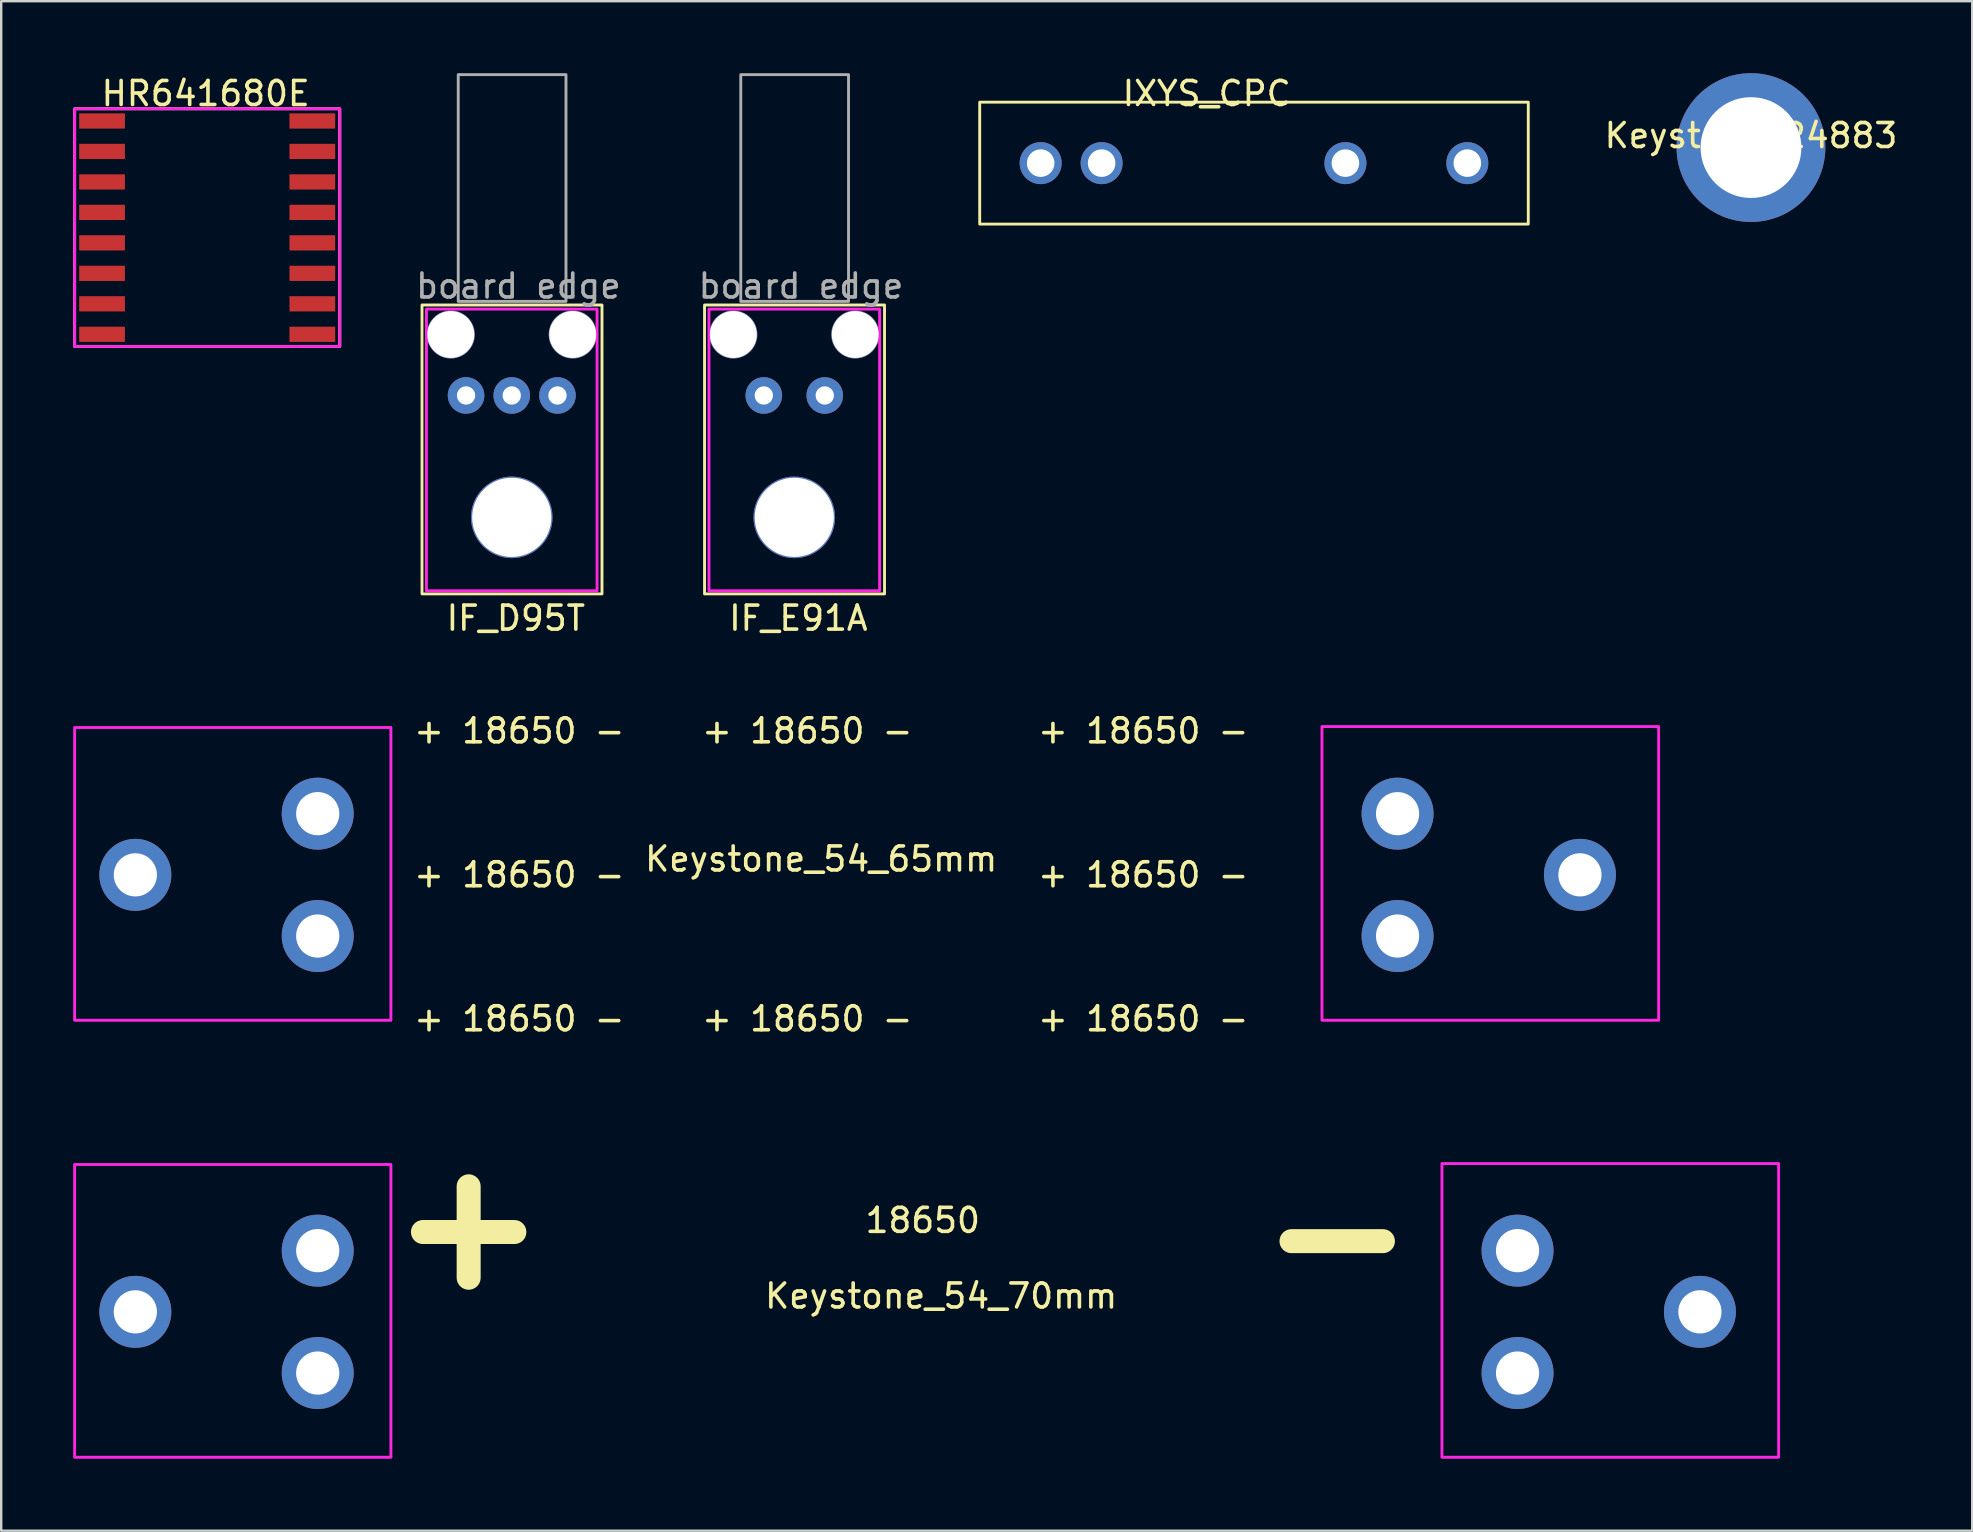
<source format=kicad_pcb>
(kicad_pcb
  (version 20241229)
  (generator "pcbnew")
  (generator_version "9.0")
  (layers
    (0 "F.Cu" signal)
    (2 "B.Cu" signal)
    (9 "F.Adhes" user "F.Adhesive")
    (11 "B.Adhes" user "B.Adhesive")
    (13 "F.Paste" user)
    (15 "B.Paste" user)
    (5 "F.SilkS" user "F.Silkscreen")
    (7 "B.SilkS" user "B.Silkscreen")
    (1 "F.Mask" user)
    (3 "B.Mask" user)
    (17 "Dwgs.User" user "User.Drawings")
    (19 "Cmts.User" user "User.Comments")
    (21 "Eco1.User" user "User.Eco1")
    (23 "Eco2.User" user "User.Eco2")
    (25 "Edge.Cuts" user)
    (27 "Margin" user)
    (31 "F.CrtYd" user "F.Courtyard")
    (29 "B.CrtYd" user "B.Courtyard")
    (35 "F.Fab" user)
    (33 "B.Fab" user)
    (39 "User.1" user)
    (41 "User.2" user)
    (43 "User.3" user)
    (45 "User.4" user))
  (footprint "HR641680E"
    (layer "F.Cu")
    (at 5.521 6.436)
    (property "Reference" "HR641680E" (at 0 -5.588 0) (unlocked yes) (layer "F.SilkS") (effects (font (size 1 1) (thickness 0.15))))
    (attr smd)
    (fp_rect (start -5.461 -4.953) (end 5.588 4.953) (stroke (width 0.12) (type default)) (fill no) (layer "F.SilkS"))
    (fp_rect (start -5.461 -4.953) (end 5.588 4.953) (stroke (width 0.12) (type default)) (fill no) (layer "F.CrtYd"))
    (pad "1" smd rect (at -4.318 -4.445 270) (size 0.635 1.905) (layers "F.Cu" "F.Mask" "F.Paste"))
    (pad "2" smd rect (at -4.318 -3.175 270) (size 0.635 1.905) (layers "F.Cu" "F.Mask" "F.Paste"))
    (pad "3" smd rect (at -4.318 -1.905 270) (size 0.635 1.905) (layers "F.Cu" "F.Mask" "F.Paste"))
    (pad "4" smd rect (at -4.318 -0.635 270) (size 0.635 1.905) (layers "F.Cu" "F.Mask" "F.Paste"))
    (pad "5" smd rect (at -4.318 0.635 270) (size 0.635 1.905) (layers "F.Cu" "F.Mask" "F.Paste"))
    (pad "6" smd rect (at -4.318 1.905 270) (size 0.635 1.905) (layers "F.Cu" "F.Mask" "F.Paste"))
    (pad "7" smd rect (at -4.318 3.175 270) (size 0.635 1.905) (layers "F.Cu" "F.Mask" "F.Paste"))
    (pad "8" smd rect (at -4.318 4.445 270) (size 0.635 1.905) (layers "F.Cu" "F.Mask" "F.Paste"))
    (pad "9" smd rect (at 4.445 4.445 270) (size 0.635 1.905) (layers "F.Cu" "F.Mask" "F.Paste"))
    (pad "10" smd rect (at 4.445 3.175 270) (size 0.635 1.905) (layers "F.Cu" "F.Mask" "F.Paste"))
    (pad "11" smd rect (at 4.445 1.905 270) (size 0.635 1.905) (layers "F.Cu" "F.Mask" "F.Paste"))
    (pad "12" smd rect (at 4.445 0.635 270) (size 0.635 1.905) (layers "F.Cu" "F.Mask" "F.Paste"))
    (pad "13" smd rect (at 4.445 -0.635 270) (size 0.635 1.905) (layers "F.Cu" "F.Mask" "F.Paste"))
    (pad "14" smd rect (at 4.445 -1.905 270) (size 0.635 1.905) (layers "F.Cu" "F.Mask" "F.Paste"))
    (pad "15" smd rect (at 4.445 -3.175 270) (size 0.635 1.905) (layers "F.Cu" "F.Mask" "F.Paste"))
    (pad "16" smd rect (at 4.445 -4.445 270) (size 0.635 1.905) (layers "F.Cu" "F.Mask" "F.Paste")))
  (footprint "IF_D95T"
    (layer "F.Cu")
    (at 18.276 13.43)
    (property "Reference" "IF_D95T" (at 0.17 9.28 0) (unlocked yes) (layer "F.SilkS") (effects (font (size 1 1) (thickness 0.15))))
    (attr through_hole)
    (fp_rect (start -3.74 -3.77) (end 3.76 8.27) (stroke (width 0.12) (type solid)) (fill no) (layer "F.SilkS"))
    (fp_rect (start -3.555 -3.6) (end 3.555 8.14) (stroke (width 0.12) (type solid)) (fill no) (layer "F.CrtYd"))
    (fp_rect (start -2.23 -3.92) (end 2.26 -13.37) (stroke (width 0.12) (type solid)) (fill no) (layer "F.Fab"))
    (fp_text user "board edge" (at 0.28 -4.56 0) (unlocked yes) (layer "F.Fab") (effects (font (size 1 1) (thickness 0.15))))
    (pad "" np_thru_hole circle (at -2.54 -2.54) (size 2 2) (drill 1.956) (layers "*.Cu" "*.Mask"))
    (pad "" np_thru_hole circle (at 0 5.08) (size 3.4 3.4) (drill 3.3) (layers "*.Cu" "*.Mask"))
    (pad "" np_thru_hole circle (at 2.54 -2.54) (size 2 2) (drill 1.956) (layers "*.Cu" "*.Mask"))
    (pad "1" thru_hole circle (at 1.905 0 180) (size 1.524 1.524) (drill 0.762) (layers "*.Cu" "*.Mask"))
    (pad "2" thru_hole circle (at 0 0 180) (size 1.524 1.524) (drill 0.762) (layers "*.Cu" "*.Mask"))
    (pad "3" thru_hole circle (at -1.905 0 180) (size 1.524 1.524) (drill 0.762) (layers "*.Cu" "*.Mask")))
  (footprint "IXYS_CPC"
    (layer "F.Cu")
    (at 47.937 3.748)
    (property "Reference" "IXYS_CPC" (at -0.7 -2.9 0) (unlocked yes) (layer "F.SilkS") (effects (font (size 1 1) (thickness 0.15))))
    (attr through_hole)
    (fp_rect (start -10.16 -2.54) (end 12.7 2.54) (stroke (width 0.12) (type solid)) (fill no) (layer "F.SilkS"))
    (pad "1" thru_hole circle (at -7.62 0) (size 1.75 1.75) (drill 1.15) (layers "*.Cu" "*.Mask"))
    (pad "2" thru_hole circle (at -5.08 0) (size 1.75 1.75) (drill 1.15) (layers "*.Cu" "*.Mask"))
    (pad "3" thru_hole circle (at 5.08 0) (size 1.75 1.75) (drill 1.15) (layers "*.Cu" "*.Mask"))
    (pad "4" thru_hole circle (at 10.16 0) (size 1.75 1.75) (drill 1.15) (layers "*.Cu" "*.Mask")))
  (footprint "IF_E91A"
    (layer "F.Cu")
    (at 30.05 13.43)
    (property "Reference" "IF_E91A" (at 0.17 9.28 0) (unlocked yes) (layer "F.SilkS") (effects (font (size 1 1) (thickness 0.15))))
    (attr through_hole)
    (fp_rect (start -3.74 -3.77) (end 3.76 8.27) (stroke (width 0.12) (type solid)) (fill no) (layer "F.SilkS"))
    (fp_rect (start -3.555 -3.6) (end 3.555 8.14) (stroke (width 0.12) (type solid)) (fill no) (layer "F.CrtYd"))
    (fp_rect (start -2.23 -3.92) (end 2.26 -13.37) (stroke (width 0.12) (type solid)) (fill no) (layer "F.Fab"))
    (fp_text user "board edge" (at 0.28 -4.56 0) (unlocked yes) (layer "F.Fab") (effects (font (size 1 1) (thickness 0.15))))
    (pad "" np_thru_hole circle (at -2.54 -2.54) (size 2 2) (drill 1.956) (layers "*.Cu" "*.Mask"))
    (pad "" np_thru_hole circle (at 0 5.08) (size 3.4 3.4) (drill 3.3) (layers "*.Cu" "*.Mask"))
    (pad "" np_thru_hole circle (at 2.54 -2.54) (size 2 2) (drill 1.956) (layers "*.Cu" "*.Mask"))
    (pad "1" thru_hole circle (at 1.27 0 180) (size 1.524 1.524) (drill 0.762) (layers "*.Cu" "*.Mask"))
    (pad "2" thru_hole circle (at -1.27 0 180) (size 1.524 1.524) (drill 0.762) (layers "*.Cu" "*.Mask")))
  (footprint "Keystone_54_70mm"
    (layer "F.Cu")
    (at 7.59 51.618)
    (property "Reference" "Keystone_54_70mm" (at 28.58 -0.66 0) (unlocked yes) (layer "F.SilkS") (effects (font (size 1 1) (thickness 0.15))))
    (attr through_hole)
    (fp_rect (start -7.53 -6.14) (end 5.65 6.06) (stroke (width 0.12) (type solid)) (fill no) (layer "F.CrtYd"))
    (fp_rect (start 63.48 -6.18) (end 49.45 6.06) (stroke (width 0.12) (type solid)) (fill no) (layer "F.CrtYd"))
    (fp_text user "18650" (at 27.813 -3.81 0) (unlocked yes) (layer "F.SilkS") (effects (font (size 1 1) (thickness 0.15))))
    (fp_text user "+" (at 8.89 -3.683 0) (unlocked yes) (layer "F.SilkS") (effects (font (size 5 5) (thickness 1))))
    (fp_text user "-" (at 45.085 -3.302 0) (unlocked yes) (layer "F.SilkS") (effects (font (size 5 5) (thickness 1))))
    (pad "1" thru_hole circle (at -5 0) (size 3 3) (drill 1.8) (layers "*.Cu" "*.Mask"))
    (pad "1" thru_hole circle (at 2.6 -2.55) (size 3 3) (drill 1.8) (layers "*.Cu" "*.Mask"))
    (pad "1" thru_hole circle (at 2.6 2.55) (size 3 3) (drill 1.8) (layers "*.Cu" "*.Mask"))
    (pad "2" thru_hole circle (at 52.6 -2.55) (size 3 3) (drill 1.8) (layers "*.Cu" "*.Mask"))
    (pad "2" thru_hole circle (at 52.6 2.55) (size 3 3) (drill 1.8) (layers "*.Cu" "*.Mask"))
    (pad "2" thru_hole circle (at 60.2 0) (size 3 3) (drill 1.8) (layers "*.Cu" "*.Mask")))
  (footprint "Keystone 24883"
    (layer "F.Cu")
    (at 69.917 3.1)
    (property "Reference" "Keystone 24883" (at 0 -0.5 0) (unlocked yes) (layer "F.SilkS") (effects (font (size 1 1) (thickness 0.15))))
    (attr through_hole)
    (pad "1" thru_hole circle (at 0 0) (size 6.2 6.2) (drill 4.2) (layers "*.Cu" "*.Mask")))
  (footprint "Keystone_54_65mm"
    (layer "F.Cu")
    (at 2.59 33.407)
    (property "Reference" "Keystone_54_65mm" (at 28.58 -0.66 0) (unlocked yes) (layer "F.SilkS") (effects (font (size 1 1) (thickness 0.15))))
    (attr through_hole)
    (fp_rect (start -2.53 -6.14) (end 10.65 6.06) (stroke (width 0.12) (type solid)) (fill no) (layer "F.CrtYd"))
    (fp_rect (start 63.48 -6.18) (end 49.45 6.06) (stroke (width 0.12) (type solid)) (fill no) (layer "F.CrtYd"))
    (fp_text user "+ 18650 -" (at 42 0 0) (unlocked yes) (layer "F.SilkS") (effects (font (size 1 1) (thickness 0.15))))
    (fp_text user "+ 18650 -" (at 42 6 0) (unlocked yes) (layer "F.SilkS") (effects (font (size 1 1) (thickness 0.15))))
    (fp_text user "+ 18650 -" (at 28 6 0) (unlocked yes) (layer "F.SilkS") (effects (font (size 1 1) (thickness 0.15))))
    (fp_text user "+ 18650 -" (at 16 -6 0) (unlocked yes) (layer "F.SilkS") (effects (font (size 1 1) (thickness 0.15))))
    (fp_text user "+ 18650 -" (at 28 -6 0) (unlocked yes) (layer "F.SilkS") (effects (font (size 1 1) (thickness 0.15))))
    (fp_text user "+ 18650 -" (at 42 -6 0) (unlocked yes) (layer "F.SilkS") (effects (font (size 1 1) (thickness 0.15))))
    (fp_text user "+ 18650 -" (at 16 0 0) (unlocked yes) (layer "F.SilkS") (effects (font (size 1 1) (thickness 0.15))))
    (fp_text user "+ 18650 -" (at 16 6 0) (unlocked yes) (layer "F.SilkS") (effects (font (size 1 1) (thickness 0.15))))
    (pad "1" thru_hole circle (at 0 0) (size 3 3) (drill 1.8) (layers "*.Cu" "*.Mask"))
    (pad "1" thru_hole circle (at 7.6 -2.55) (size 3 3) (drill 1.8) (layers "*.Cu" "*.Mask"))
    (pad "1" thru_hole circle (at 7.6 2.55) (size 3 3) (drill 1.8) (layers "*.Cu" "*.Mask"))
    (pad "2" thru_hole circle (at 52.6 -2.55) (size 3 3) (drill 1.8) (layers "*.Cu" "*.Mask"))
    (pad "2" thru_hole circle (at 52.6 2.55) (size 3 3) (drill 1.8) (layers "*.Cu" "*.Mask"))
    (pad "2" thru_hole circle (at 60.2 0) (size 3 3) (drill 1.8) (layers "*.Cu" "*.Mask")))
  (gr_rect
    (start -3 -3)
    (end 79.137 60.738)
    (stroke (width 0.1) (type default))
    (fill no)
    (layer "Edge.Cuts")))
</source>
